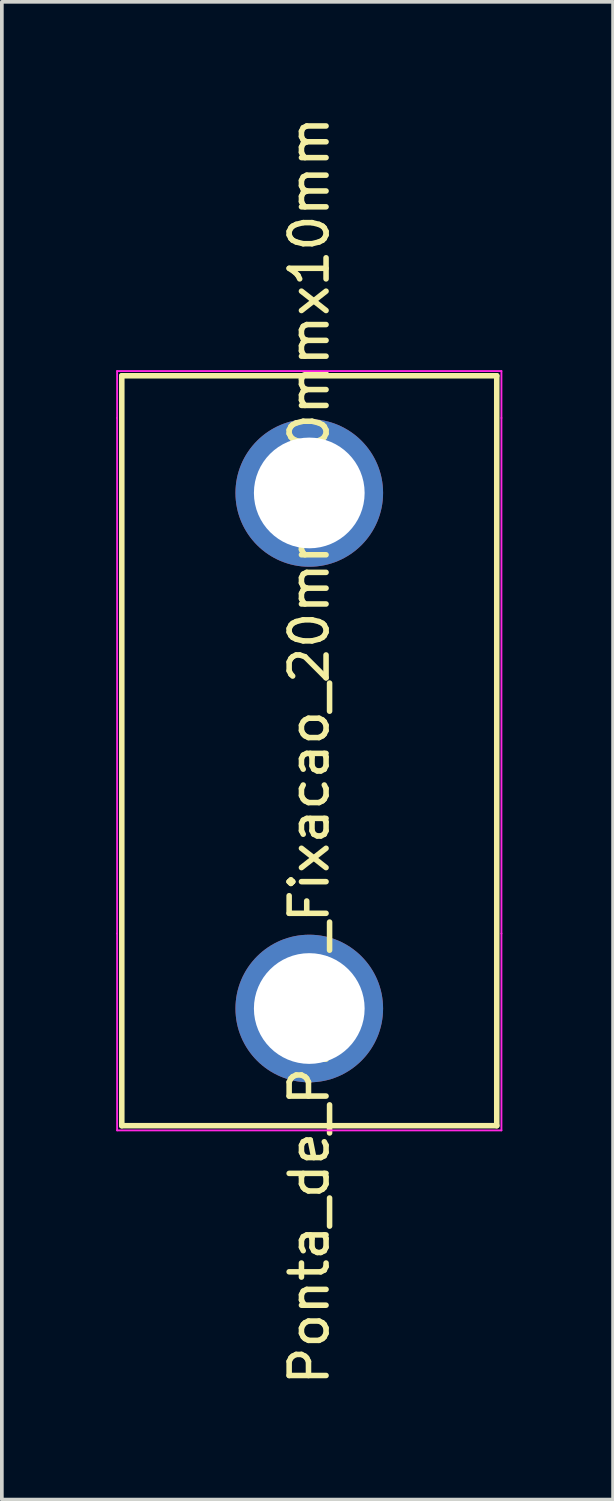
<source format=kicad_pcb>
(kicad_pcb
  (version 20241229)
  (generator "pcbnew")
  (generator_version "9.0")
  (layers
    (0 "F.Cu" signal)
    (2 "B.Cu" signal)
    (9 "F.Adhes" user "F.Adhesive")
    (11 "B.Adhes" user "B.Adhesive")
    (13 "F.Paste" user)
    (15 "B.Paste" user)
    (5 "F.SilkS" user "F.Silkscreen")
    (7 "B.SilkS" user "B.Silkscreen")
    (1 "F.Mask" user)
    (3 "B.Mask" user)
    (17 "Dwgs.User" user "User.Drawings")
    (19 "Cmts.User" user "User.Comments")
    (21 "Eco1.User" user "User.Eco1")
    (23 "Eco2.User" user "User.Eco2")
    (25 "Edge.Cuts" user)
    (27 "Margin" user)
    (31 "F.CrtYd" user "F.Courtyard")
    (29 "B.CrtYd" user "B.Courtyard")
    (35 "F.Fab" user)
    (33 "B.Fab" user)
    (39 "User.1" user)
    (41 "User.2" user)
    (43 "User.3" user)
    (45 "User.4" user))
  (footprint "Ponta_de_Prova_Fixacao_20mmx10mmx10mm"
    (layer "F.Cu")
    (at 0.25 7.132)
    (property "Reference" "Ponta_de_Prova_Fixacao_20mmx10mmx10mm" (at 5.08 10.16 90) (layer "F.SilkS") (effects (font (size 1 1) (thickness 0.15))))
    (attr through_hole)
    (fp_line (start 0 0) (end 0 20.32) (stroke (width 0.15) (type solid)) (layer "F.SilkS"))
    (fp_line (start 0 20.32) (end 10.16 20.32) (stroke (width 0.15) (type solid)) (layer "F.SilkS"))
    (fp_line (start 10.16 0) (end 0 0) (stroke (width 0.15) (type solid)) (layer "F.SilkS"))
    (fp_line (start 10.16 20.32) (end 10.16 0) (stroke (width 0.15) (type solid)) (layer "F.SilkS"))
    (fp_line (start -0.127 -0.127) (end -0.127 1.143) (stroke (width 0.05) (type solid)) (layer "F.CrtYd"))
    (fp_line (start -0.127 1.143) (end -0.127 15.113) (stroke (width 0.05) (type solid)) (layer "F.CrtYd"))
    (fp_line (start -0.127 15.113) (end -0.127 20.447) (stroke (width 0.05) (type solid)) (layer "F.CrtYd"))
    (fp_line (start -0.127 20.447) (end 10.287 20.447) (stroke (width 0.05) (type solid)) (layer "F.CrtYd"))
    (fp_line (start 10.287 -0.127) (end -0.127 -0.127) (stroke (width 0.05) (type solid)) (layer "F.CrtYd"))
    (fp_line (start 10.287 1.143) (end 10.287 -0.127) (stroke (width 0.05) (type solid)) (layer "F.CrtYd"))
    (fp_line (start 10.287 15.113) (end 10.287 1.143) (stroke (width 0.05) (type solid)) (layer "F.CrtYd"))
    (fp_line (start 10.287 20.447) (end 10.287 15.113) (stroke (width 0.05) (type solid)) (layer "F.CrtYd"))
    (pad "1" thru_hole circle (at 5.08 3.175) (size 4 4) (drill 3) (layers "*.Cu" "*.Mask"))
    (pad "2" thru_hole circle (at 5.08 17.145) (size 4 4) (drill 3) (layers "*.Cu" "*.Mask")))
  (gr_rect
    (start -3 -3)
    (end 13.562 37.583)
    (stroke (width 0.1) (type default))
    (fill no)
    (layer "Edge.Cuts")))
</source>
